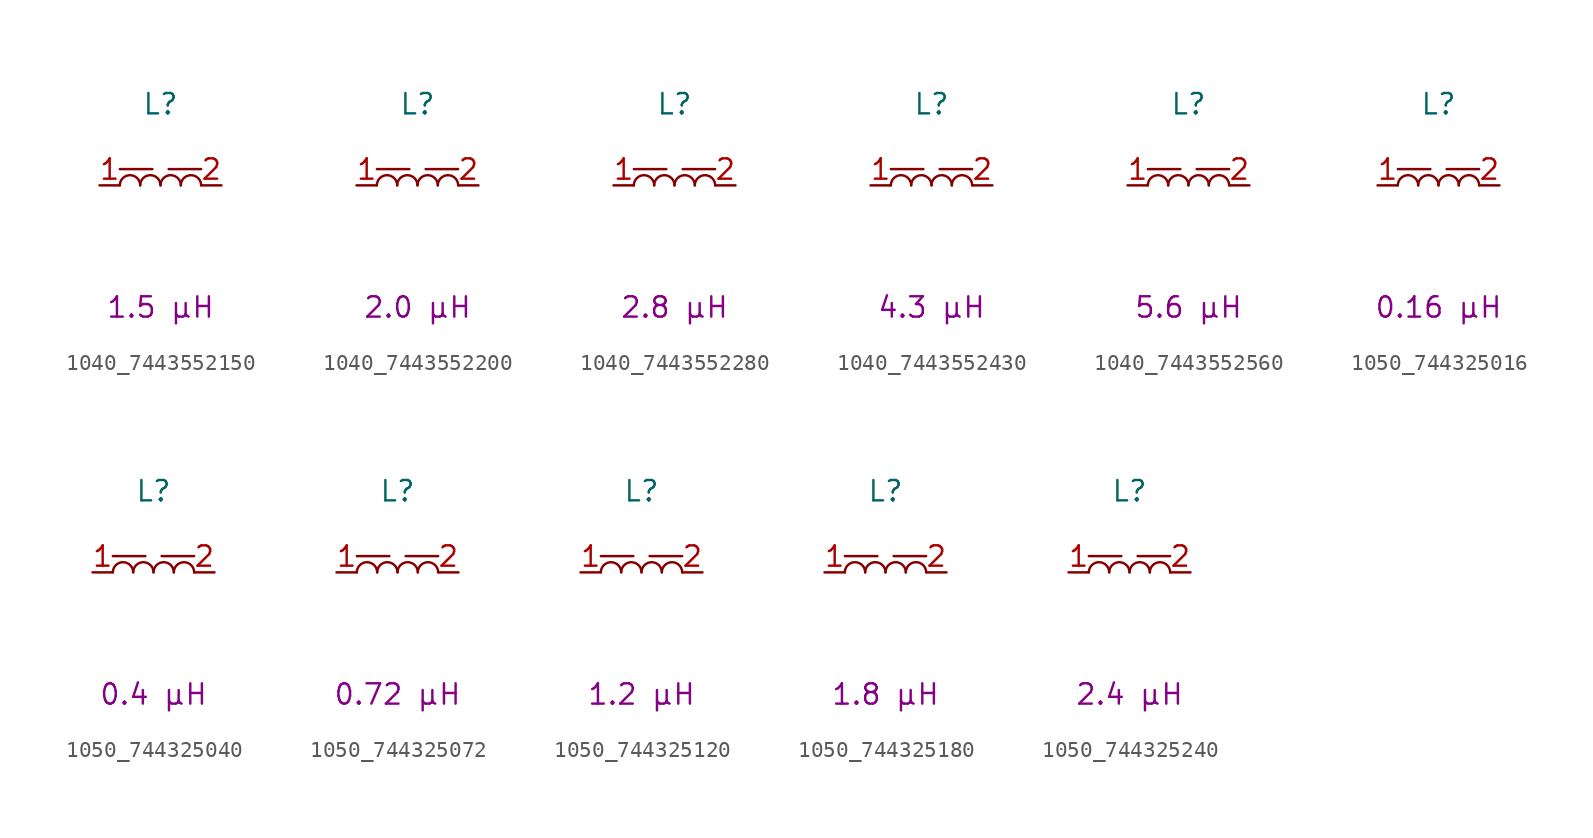
<source format=kicad_sym>
(kicad_symbol_lib
  (version 20220914)
  (generator kicad_symbol_editor)
  (symbol "1040_7443552150"
    (pin_names hide)
    (property "Reference" "L"
      (at 0 5.08 0)
      (effects (font (size 1.27 1.27))))
    (property "Critical Parameter" "1.5 µH"
      (at 0 -7.62 0)
      (effects (font (size 1.27 1.27))))
    (symbol "1040_7443552150_0_1"
      (arc (start -1.27 0) (mid -1.905 0.6323) (end -2.54 0) (stroke (width 0) (type default)) (fill (type none)))
      (arc (start 0 0) (mid -0.635 0.6323) (end -1.27 0) (stroke (width 0) (type default)) (fill (type none)))
      (polyline (pts (xy -2.54 1.016) (xy -0.508 1.016)) (stroke (width 0) (type default)) (fill (type none)))
      (arc (start 1.27 0) (mid 0.635 0.6323) (end 0 0) (stroke (width 0) (type default)) (fill (type none)))
      (arc (start 2.54 0) (mid 1.905 0.6323) (end 1.27 0) (stroke (width 0) (type default)) (fill (type none))))
    (symbol "1040_7443552150_1_1"
      (polyline (pts (xy 2.54 1.016) (xy 0.508 1.016)) (stroke (width 0) (type default)) (fill (type none)))
      (pin passive line (at -3.81 0 0) (length 1.27) (name "1" (effects (font (size 1.27 1.27)))) (number "1" (effects (font (size 1.27 1.27)))))
      (pin passive line (at 3.81 0 180) (length 1.27) (name "2" (effects (font (size 1.27 1.27)))) (number "2" (effects (font (size 1.27 1.27)))))))
  (symbol "1040_7443552200"
    (pin_names hide)
    (property "Reference" "L"
      (at 0 5.08 0)
      (effects (font (size 1.27 1.27))))
    (property "Critical Parameter" "2.0 µH"
      (at 0 -7.62 0)
      (effects (font (size 1.27 1.27))))
    (symbol "1040_7443552200_0_1"
      (arc (start -1.27 0) (mid -1.905 0.6323) (end -2.54 0) (stroke (width 0) (type default)) (fill (type none)))
      (arc (start 0 0) (mid -0.635 0.6323) (end -1.27 0) (stroke (width 0) (type default)) (fill (type none)))
      (polyline (pts (xy -2.54 1.016) (xy -0.508 1.016)) (stroke (width 0) (type default)) (fill (type none)))
      (arc (start 1.27 0) (mid 0.635 0.6323) (end 0 0) (stroke (width 0) (type default)) (fill (type none)))
      (arc (start 2.54 0) (mid 1.905 0.6323) (end 1.27 0) (stroke (width 0) (type default)) (fill (type none))))
    (symbol "1040_7443552200_1_1"
      (polyline (pts (xy 2.54 1.016) (xy 0.508 1.016)) (stroke (width 0) (type default)) (fill (type none)))
      (pin passive line (at -3.81 0 0) (length 1.27) (name "1" (effects (font (size 1.27 1.27)))) (number "1" (effects (font (size 1.27 1.27)))))
      (pin passive line (at 3.81 0 180) (length 1.27) (name "2" (effects (font (size 1.27 1.27)))) (number "2" (effects (font (size 1.27 1.27)))))))
  (symbol "1040_7443552280"
    (pin_names hide)
    (property "Reference" "L"
      (at 0 5.08 0)
      (effects (font (size 1.27 1.27))))
    (property "Critical Parameter" "2.8 µH"
      (at 0 -7.62 0)
      (effects (font (size 1.27 1.27))))
    (symbol "1040_7443552280_0_1"
      (arc (start -1.27 0) (mid -1.905 0.6323) (end -2.54 0) (stroke (width 0) (type default)) (fill (type none)))
      (arc (start 0 0) (mid -0.635 0.6323) (end -1.27 0) (stroke (width 0) (type default)) (fill (type none)))
      (polyline (pts (xy -2.54 1.016) (xy -0.508 1.016)) (stroke (width 0) (type default)) (fill (type none)))
      (arc (start 1.27 0) (mid 0.635 0.6323) (end 0 0) (stroke (width 0) (type default)) (fill (type none)))
      (arc (start 2.54 0) (mid 1.905 0.6323) (end 1.27 0) (stroke (width 0) (type default)) (fill (type none))))
    (symbol "1040_7443552280_1_1"
      (polyline (pts (xy 2.54 1.016) (xy 0.508 1.016)) (stroke (width 0) (type default)) (fill (type none)))
      (pin passive line (at -3.81 0 0) (length 1.27) (name "1" (effects (font (size 1.27 1.27)))) (number "1" (effects (font (size 1.27 1.27)))))
      (pin passive line (at 3.81 0 180) (length 1.27) (name "2" (effects (font (size 1.27 1.27)))) (number "2" (effects (font (size 1.27 1.27)))))))
  (symbol "1040_7443552430"
    (pin_names hide)
    (property "Reference" "L"
      (at 0 5.08 0)
      (effects (font (size 1.27 1.27))))
    (property "Critical Parameter" "4.3 µH"
      (at 0 -7.62 0)
      (effects (font (size 1.27 1.27))))
    (symbol "1040_7443552430_0_1"
      (arc (start -1.27 0) (mid -1.905 0.6323) (end -2.54 0) (stroke (width 0) (type default)) (fill (type none)))
      (arc (start 0 0) (mid -0.635 0.6323) (end -1.27 0) (stroke (width 0) (type default)) (fill (type none)))
      (polyline (pts (xy -2.54 1.016) (xy -0.508 1.016)) (stroke (width 0) (type default)) (fill (type none)))
      (arc (start 1.27 0) (mid 0.635 0.6323) (end 0 0) (stroke (width 0) (type default)) (fill (type none)))
      (arc (start 2.54 0) (mid 1.905 0.6323) (end 1.27 0) (stroke (width 0) (type default)) (fill (type none))))
    (symbol "1040_7443552430_1_1"
      (polyline (pts (xy 2.54 1.016) (xy 0.508 1.016)) (stroke (width 0) (type default)) (fill (type none)))
      (pin passive line (at -3.81 0 0) (length 1.27) (name "1" (effects (font (size 1.27 1.27)))) (number "1" (effects (font (size 1.27 1.27)))))
      (pin passive line (at 3.81 0 180) (length 1.27) (name "2" (effects (font (size 1.27 1.27)))) (number "2" (effects (font (size 1.27 1.27)))))))
  (symbol "1040_7443552560"
    (pin_names hide)
    (property "Reference" "L"
      (at 0 5.08 0)
      (effects (font (size 1.27 1.27))))
    (property "Critical Parameter" "5.6 µH"
      (at 0 -7.62 0)
      (effects (font (size 1.27 1.27))))
    (symbol "1040_7443552560_0_1"
      (arc (start -1.27 0) (mid -1.905 0.6323) (end -2.54 0) (stroke (width 0) (type default)) (fill (type none)))
      (arc (start 0 0) (mid -0.635 0.6323) (end -1.27 0) (stroke (width 0) (type default)) (fill (type none)))
      (polyline (pts (xy -2.54 1.016) (xy -0.508 1.016)) (stroke (width 0) (type default)) (fill (type none)))
      (arc (start 1.27 0) (mid 0.635 0.6323) (end 0 0) (stroke (width 0) (type default)) (fill (type none)))
      (arc (start 2.54 0) (mid 1.905 0.6323) (end 1.27 0) (stroke (width 0) (type default)) (fill (type none))))
    (symbol "1040_7443552560_1_1"
      (polyline (pts (xy 2.54 1.016) (xy 0.508 1.016)) (stroke (width 0) (type default)) (fill (type none)))
      (pin passive line (at -3.81 0 0) (length 1.27) (name "1" (effects (font (size 1.27 1.27)))) (number "1" (effects (font (size 1.27 1.27)))))
      (pin passive line (at 3.81 0 180) (length 1.27) (name "2" (effects (font (size 1.27 1.27)))) (number "2" (effects (font (size 1.27 1.27)))))))
  (symbol "1050_744325016"
    (pin_names hide)
    (property "Reference" "L"
      (at 0 5.08 0)
      (effects (font (size 1.27 1.27))))
    (property "Critical Parameter" "0.16 µH"
      (at 0 -7.62 0)
      (effects (font (size 1.27 1.27))))
    (symbol "1050_744325016_0_1"
      (arc (start -1.27 0) (mid -1.905 0.6323) (end -2.54 0) (stroke (width 0) (type default)) (fill (type none)))
      (arc (start 0 0) (mid -0.635 0.6323) (end -1.27 0) (stroke (width 0) (type default)) (fill (type none)))
      (polyline (pts (xy -2.54 1.016) (xy -0.508 1.016)) (stroke (width 0) (type default)) (fill (type none)))
      (arc (start 1.27 0) (mid 0.635 0.6323) (end 0 0) (stroke (width 0) (type default)) (fill (type none)))
      (arc (start 2.54 0) (mid 1.905 0.6323) (end 1.27 0) (stroke (width 0) (type default)) (fill (type none))))
    (symbol "1050_744325016_1_1"
      (polyline (pts (xy 2.54 1.016) (xy 0.508 1.016)) (stroke (width 0) (type default)) (fill (type none)))
      (pin passive line (at -3.81 0 0) (length 1.27) (name "1" (effects (font (size 1.27 1.27)))) (number "1" (effects (font (size 1.27 1.27)))))
      (pin passive line (at 3.81 0 180) (length 1.27) (name "2" (effects (font (size 1.27 1.27)))) (number "2" (effects (font (size 1.27 1.27)))))))
  (symbol "1050_744325040"
    (pin_names hide)
    (property "Reference" "L"
      (at 0 5.08 0)
      (effects (font (size 1.27 1.27))))
    (property "Critical Parameter" "0.4 µH"
      (at 0 -7.62 0)
      (effects (font (size 1.27 1.27))))
    (symbol "1050_744325040_0_1"
      (arc (start -1.27 0) (mid -1.905 0.6323) (end -2.54 0) (stroke (width 0) (type default)) (fill (type none)))
      (arc (start 0 0) (mid -0.635 0.6323) (end -1.27 0) (stroke (width 0) (type default)) (fill (type none)))
      (polyline (pts (xy -2.54 1.016) (xy -0.508 1.016)) (stroke (width 0) (type default)) (fill (type none)))
      (arc (start 1.27 0) (mid 0.635 0.6323) (end 0 0) (stroke (width 0) (type default)) (fill (type none)))
      (arc (start 2.54 0) (mid 1.905 0.6323) (end 1.27 0) (stroke (width 0) (type default)) (fill (type none))))
    (symbol "1050_744325040_1_1"
      (polyline (pts (xy 2.54 1.016) (xy 0.508 1.016)) (stroke (width 0) (type default)) (fill (type none)))
      (pin passive line (at -3.81 0 0) (length 1.27) (name "1" (effects (font (size 1.27 1.27)))) (number "1" (effects (font (size 1.27 1.27)))))
      (pin passive line (at 3.81 0 180) (length 1.27) (name "2" (effects (font (size 1.27 1.27)))) (number "2" (effects (font (size 1.27 1.27)))))))
  (symbol "1050_744325072"
    (pin_names hide)
    (property "Reference" "L"
      (at 0 5.08 0)
      (effects (font (size 1.27 1.27))))
    (property "Critical Parameter" "0.72 µH"
      (at 0 -7.62 0)
      (effects (font (size 1.27 1.27))))
    (symbol "1050_744325072_0_1"
      (arc (start -1.27 0) (mid -1.905 0.6323) (end -2.54 0) (stroke (width 0) (type default)) (fill (type none)))
      (arc (start 0 0) (mid -0.635 0.6323) (end -1.27 0) (stroke (width 0) (type default)) (fill (type none)))
      (polyline (pts (xy -2.54 1.016) (xy -0.508 1.016)) (stroke (width 0) (type default)) (fill (type none)))
      (arc (start 1.27 0) (mid 0.635 0.6323) (end 0 0) (stroke (width 0) (type default)) (fill (type none)))
      (arc (start 2.54 0) (mid 1.905 0.6323) (end 1.27 0) (stroke (width 0) (type default)) (fill (type none))))
    (symbol "1050_744325072_1_1"
      (polyline (pts (xy 2.54 1.016) (xy 0.508 1.016)) (stroke (width 0) (type default)) (fill (type none)))
      (pin passive line (at -3.81 0 0) (length 1.27) (name "1" (effects (font (size 1.27 1.27)))) (number "1" (effects (font (size 1.27 1.27)))))
      (pin passive line (at 3.81 0 180) (length 1.27) (name "2" (effects (font (size 1.27 1.27)))) (number "2" (effects (font (size 1.27 1.27)))))))
  (symbol "1050_744325120"
    (pin_names hide)
    (property "Reference" "L"
      (at 0 5.08 0)
      (effects (font (size 1.27 1.27))))
    (property "Critical Parameter" "1.2 µH"
      (at 0 -7.62 0)
      (effects (font (size 1.27 1.27))))
    (symbol "1050_744325120_0_1"
      (arc (start -1.27 0) (mid -1.905 0.6323) (end -2.54 0) (stroke (width 0) (type default)) (fill (type none)))
      (arc (start 0 0) (mid -0.635 0.6323) (end -1.27 0) (stroke (width 0) (type default)) (fill (type none)))
      (polyline (pts (xy -2.54 1.016) (xy -0.508 1.016)) (stroke (width 0) (type default)) (fill (type none)))
      (arc (start 1.27 0) (mid 0.635 0.6323) (end 0 0) (stroke (width 0) (type default)) (fill (type none)))
      (arc (start 2.54 0) (mid 1.905 0.6323) (end 1.27 0) (stroke (width 0) (type default)) (fill (type none))))
    (symbol "1050_744325120_1_1"
      (polyline (pts (xy 2.54 1.016) (xy 0.508 1.016)) (stroke (width 0) (type default)) (fill (type none)))
      (pin passive line (at -3.81 0 0) (length 1.27) (name "1" (effects (font (size 1.27 1.27)))) (number "1" (effects (font (size 1.27 1.27)))))
      (pin passive line (at 3.81 0 180) (length 1.27) (name "2" (effects (font (size 1.27 1.27)))) (number "2" (effects (font (size 1.27 1.27)))))))
  (symbol "1050_744325180"
    (pin_names hide)
    (property "Reference" "L"
      (at 0 5.08 0)
      (effects (font (size 1.27 1.27))))
    (property "Critical Parameter" "1.8 µH"
      (at 0 -7.62 0)
      (effects (font (size 1.27 1.27))))
    (symbol "1050_744325180_0_1"
      (arc (start -1.27 0) (mid -1.905 0.6323) (end -2.54 0) (stroke (width 0) (type default)) (fill (type none)))
      (arc (start 0 0) (mid -0.635 0.6323) (end -1.27 0) (stroke (width 0) (type default)) (fill (type none)))
      (polyline (pts (xy -2.54 1.016) (xy -0.508 1.016)) (stroke (width 0) (type default)) (fill (type none)))
      (arc (start 1.27 0) (mid 0.635 0.6323) (end 0 0) (stroke (width 0) (type default)) (fill (type none)))
      (arc (start 2.54 0) (mid 1.905 0.6323) (end 1.27 0) (stroke (width 0) (type default)) (fill (type none))))
    (symbol "1050_744325180_1_1"
      (polyline (pts (xy 2.54 1.016) (xy 0.508 1.016)) (stroke (width 0) (type default)) (fill (type none)))
      (pin passive line (at -3.81 0 0) (length 1.27) (name "1" (effects (font (size 1.27 1.27)))) (number "1" (effects (font (size 1.27 1.27)))))
      (pin passive line (at 3.81 0 180) (length 1.27) (name "2" (effects (font (size 1.27 1.27)))) (number "2" (effects (font (size 1.27 1.27)))))))
  (symbol "1050_744325240"
    (pin_names hide)
    (property "Reference" "L"
      (at 0 5.08 0)
      (effects (font (size 1.27 1.27))))
    (property "Critical Parameter" "2.4 µH"
      (at 0 -7.62 0)
      (effects (font (size 1.27 1.27))))
    (symbol "1050_744325240_0_1"
      (arc (start -1.27 0) (mid -1.905 0.6323) (end -2.54 0) (stroke (width 0) (type default)) (fill (type none)))
      (arc (start 0 0) (mid -0.635 0.6323) (end -1.27 0) (stroke (width 0) (type default)) (fill (type none)))
      (polyline (pts (xy -2.54 1.016) (xy -0.508 1.016)) (stroke (width 0) (type default)) (fill (type none)))
      (arc (start 1.27 0) (mid 0.635 0.6323) (end 0 0) (stroke (width 0) (type default)) (fill (type none)))
      (arc (start 2.54 0) (mid 1.905 0.6323) (end 1.27 0) (stroke (width 0) (type default)) (fill (type none))))
    (symbol "1050_744325240_1_1"
      (polyline (pts (xy 2.54 1.016) (xy 0.508 1.016)) (stroke (width 0) (type default)) (fill (type none)))
      (pin passive line (at -3.81 0 0) (length 1.27) (name "1" (effects (font (size 1.27 1.27)))) (number "1" (effects (font (size 1.27 1.27)))))
      (pin passive line (at 3.81 0 180) (length 1.27) (name "2" (effects (font (size 1.27 1.27)))) (number "2" (effects (font (size 1.27 1.27))))))))
</source>
